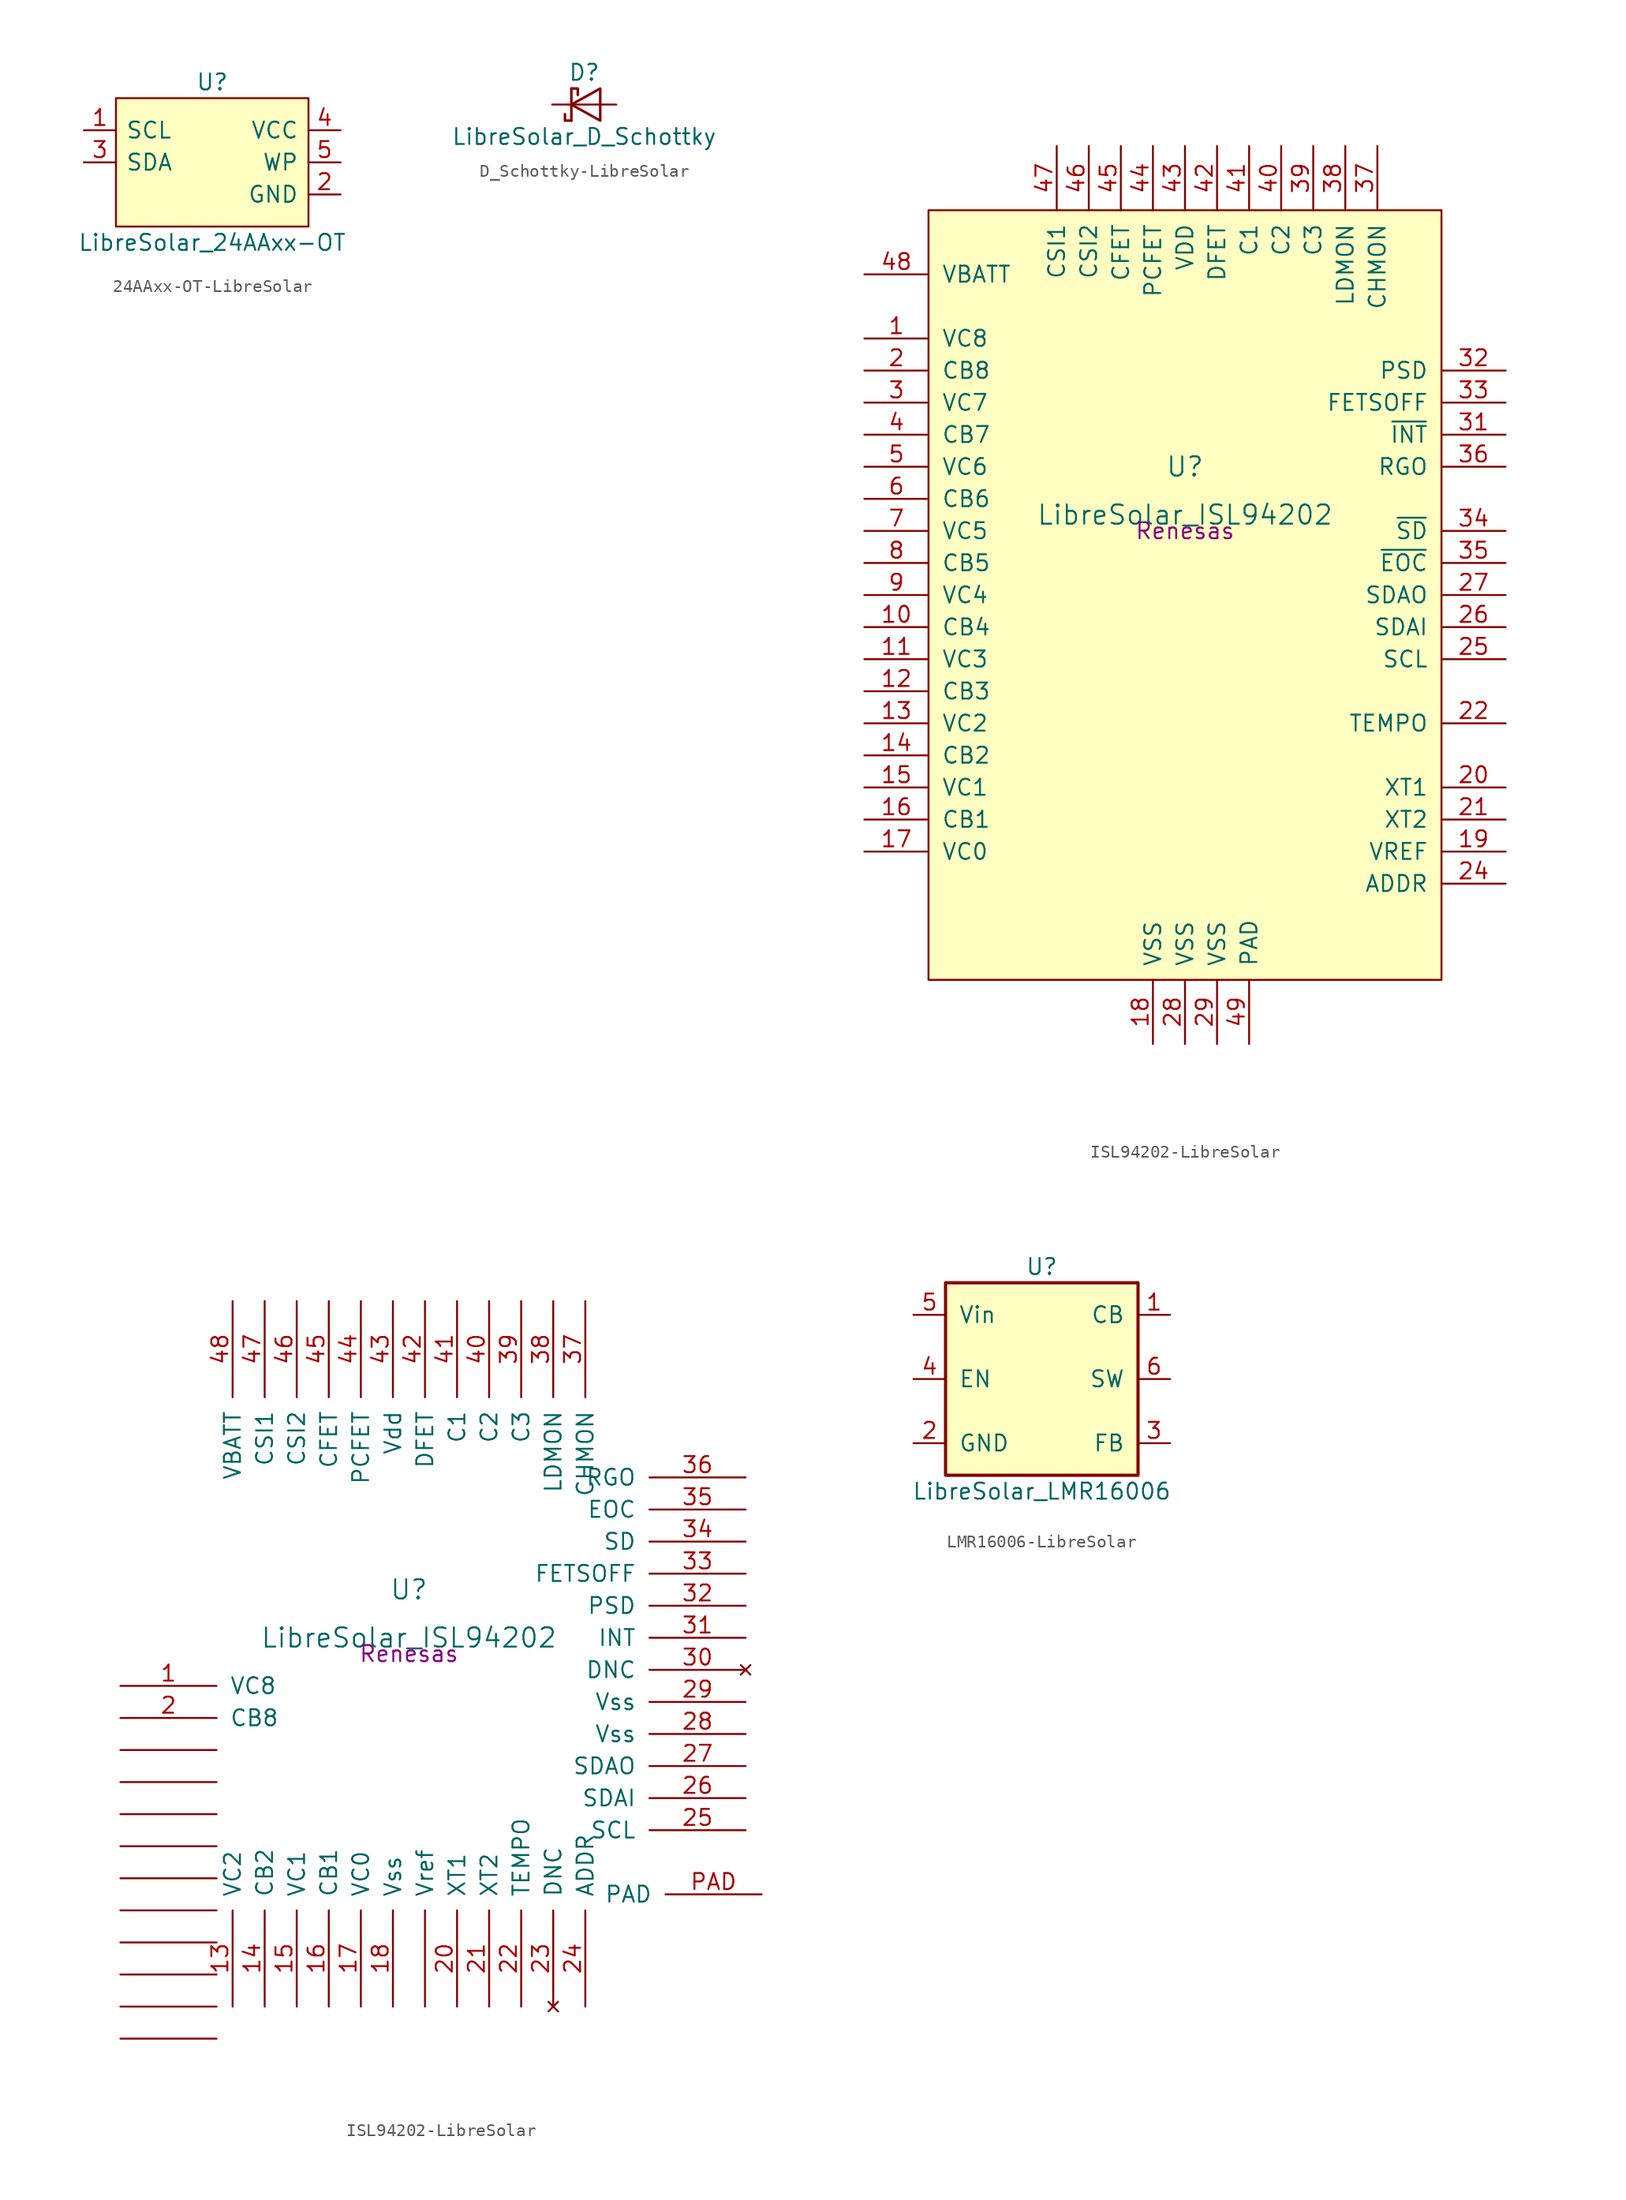
<source format=kicad_sym>
(kicad_symbol_lib
  (version 20241209)
  (generator "kicad_symbol_editor")
  (generator_version "9.0")
  (symbol "24AAxx-OT-LibreSolar"
    (pin_names
      (offset 0.762))
    (property "Reference" "U"
      (at 0 6.35 0)
      (effects (font (size 1.27 1.27))))
    (property "Value" "LibreSolar_24AAxx-OT"
      (at 0 -6.35 0)
      (effects (font (size 1.27 1.27))))
    (property "Datasheet" ""
      (at 0 6.35 0)
      (effects (font (size 1.524 1.524))))
    (symbol "24AAxx-OT-LibreSolar_1_0"
      (pin power_in line (at 10.16 2.54 180) (length 2.54) (name "VCC" (effects (font (size 1.27 1.27)))) (number "4" (effects (font (size 1.27 1.27)))))
      (pin power_in line (at 10.16 -2.54 180) (length 2.54) (name "GND" (effects (font (size 1.27 1.27)))) (number "2" (effects (font (size 1.27 1.27))))))
    (symbol "24AAxx-OT-LibreSolar_1_1"
      (rectangle (start -7.62 -5.08) (end 7.62 5.08) (stroke (width 0) (type solid)) (fill (type background)))
      (pin input line (at -10.16 2.54 0) (length 2.54) (name "SCL" (effects (font (size 1.27 1.27)))) (number "1" (effects (font (size 1.27 1.27)))))
      (pin bidirectional line (at -10.16 0 0) (length 2.54) (name "SDA" (effects (font (size 1.27 1.27)))) (number "3" (effects (font (size 1.27 1.27)))))
      (pin passive line (at 10.16 0 180) (length 2.54) (name "WP" (effects (font (size 1.27 1.27)))) (number "5" (effects (font (size 1.27 1.27)))))))
  (symbol "D_Schottky-LibreSolar"
    (pin_numbers
      (hide yes))
    (pin_names
      (offset 0.254)
      (hide yes))
    (property "Reference" "D"
      (at 0 2.54 0)
      (effects (font (size 1.27 1.27))))
    (property "Value" "LibreSolar_D_Schottky"
      (at 0 -2.54 0)
      (effects (font (size 1.27 1.27))))
    (symbol "D_Schottky-LibreSolar_0_1"
      (polyline (pts (xy -1.016 1.27) (xy -0.508 1.27) (xy -0.508 0.762)) (stroke (width 0.203) (type solid)) (fill (type none)))
      (polyline (pts (xy -1.016 -1.27) (xy -1.016 1.27)) (stroke (width 0.203) (type solid)) (fill (type none)))
      (polyline (pts (xy -1.016 -1.27) (xy -1.524 -1.27) (xy -1.524 -0.762)) (stroke (width 0.203) (type solid)) (fill (type none)))
      (polyline (pts (xy 1.27 0) (xy -1.27 0)) (stroke (width 0) (type solid)) (fill (type none)))
      (polyline (pts (xy 1.27 -1.27) (xy -1.016 0) (xy 1.27 1.27) (xy 1.27 -1.27)) (stroke (width 0.203) (type solid)) (fill (type none))))
    (symbol "D_Schottky-LibreSolar_1_1"
      (pin passive line (at -2.54 0 0) (length 1.27) (name "K" (effects (font (size 1.27 1.27)))) (number "1" (effects (font (size 1.27 1.27)))))
      (pin passive line (at 2.54 0 180) (length 1.27) (name "A" (effects (font (size 1.27 1.27)))) (number "2" (effects (font (size 1.27 1.27)))))))
  (symbol "ISL94202-LibreSolar"
    (pin_names
      (offset 1.016))
    (property "Reference" "U"
      (at 0 5.08 0)
      (effects (font (size 1.524 1.524))))
    (property "Value" "LibreSolar_ISL94202"
      (at 0 1.27 0)
      (effects (font (size 1.524 1.524))))
    (property "Datasheet" ""
      (at 0 0 0)
      (effects (font (size 1.524 1.524))))
    (property "Manufacturer" "Renesas"
      (at 0 0 0)
      (effects (font (size 1.27 1.27))))
    (symbol "ISL94202-LibreSolar_0_1"
      (rectangle (start -20.32 25.4) (end 20.32 -35.56) (stroke (width 0) (type solid)) (fill (type background))))
    (symbol "ISL94202-LibreSolar_1_1"
      (pin input line (at -25.4 20.32 0) (length 5.08) (name "VBATT" (effects (font (size 1.27 1.27)))) (number "48" (effects (font (size 1.27 1.27)))))
      (pin input line (at -25.4 15.24 0) (length 5.08) (name "VC8" (effects (font (size 1.27 1.27)))) (number "1" (effects (font (size 1.27 1.27)))))
      (pin output line (at -25.4 12.7 0) (length 5.08) (name "CB8" (effects (font (size 1.27 1.27)))) (number "2" (effects (font (size 1.27 1.27)))))
      (pin input line (at -25.4 10.16 0) (length 5.08) (name "VC7" (effects (font (size 1.27 1.27)))) (number "3" (effects (font (size 1.27 1.27)))))
      (pin output line (at -25.4 7.62 0) (length 5.08) (name "CB7" (effects (font (size 1.27 1.27)))) (number "4" (effects (font (size 1.27 1.27)))))
      (pin input line (at -25.4 5.08 0) (length 5.08) (name "VC6" (effects (font (size 1.27 1.27)))) (number "5" (effects (font (size 1.27 1.27)))))
      (pin output line (at -25.4 2.54 0) (length 5.08) (name "CB6" (effects (font (size 1.27 1.27)))) (number "6" (effects (font (size 1.27 1.27)))))
      (pin input line (at -25.4 0 0) (length 5.08) (name "VC5" (effects (font (size 1.27 1.27)))) (number "7" (effects (font (size 1.27 1.27)))))
      (pin output line (at -25.4 -2.54 0) (length 5.08) (name "CB5" (effects (font (size 1.27 1.27)))) (number "8" (effects (font (size 1.27 1.27)))))
      (pin input line (at -25.4 -5.08 0) (length 5.08) (name "VC4" (effects (font (size 1.27 1.27)))) (number "9" (effects (font (size 1.27 1.27)))))
      (pin output line (at -25.4 -7.62 0) (length 5.08) (name "CB4" (effects (font (size 1.27 1.27)))) (number "10" (effects (font (size 1.27 1.27)))))
      (pin input line (at -25.4 -10.16 0) (length 5.08) (name "VC3" (effects (font (size 1.27 1.27)))) (number "11" (effects (font (size 1.27 1.27)))))
      (pin output line (at -25.4 -12.7 0) (length 5.08) (name "CB3" (effects (font (size 1.27 1.27)))) (number "12" (effects (font (size 1.27 1.27)))))
      (pin input line (at -25.4 -15.24 0) (length 5.08) (name "VC2" (effects (font (size 1.27 1.27)))) (number "13" (effects (font (size 1.27 1.27)))))
      (pin output line (at -25.4 -17.78 0) (length 5.08) (name "CB2" (effects (font (size 1.27 1.27)))) (number "14" (effects (font (size 1.27 1.27)))))
      (pin input line (at -25.4 -20.32 0) (length 5.08) (name "VC1" (effects (font (size 1.27 1.27)))) (number "15" (effects (font (size 1.27 1.27)))))
      (pin output line (at -25.4 -22.86 0) (length 5.08) (name "CB1" (effects (font (size 1.27 1.27)))) (number "16" (effects (font (size 1.27 1.27)))))
      (pin input line (at -25.4 -25.4 0) (length 5.08) (name "VC0" (effects (font (size 1.27 1.27)))) (number "17" (effects (font (size 1.27 1.27)))))
      (pin no_connect line (at -25.4 -30.48 0) (length 5.08) (hide yes) (name "DNC" (effects (font (size 1.27 1.27)))) (number "23" (effects (font (size 1.27 1.27)))))
      (pin no_connect line (at -25.4 -33.02 0) (length 5.08) (hide yes) (name "DNC" (effects (font (size 1.27 1.27)))) (number "30" (effects (font (size 1.27 1.27)))))
      (pin input line (at -10.16 30.48 270) (length 5.08) (name "CSI1" (effects (font (size 1.27 1.27)))) (number "47" (effects (font (size 1.27 1.27)))))
      (pin input line (at -7.62 30.48 270) (length 5.08) (name "CSI2" (effects (font (size 1.27 1.27)))) (number "46" (effects (font (size 1.27 1.27)))))
      (pin power_out line (at -5.08 30.48 270) (length 5.08) (name "CFET" (effects (font (size 1.27 1.27)))) (number "45" (effects (font (size 1.27 1.27)))))
      (pin power_out line (at -2.54 30.48 270) (length 5.08) (name "PCFET" (effects (font (size 1.27 1.27)))) (number "44" (effects (font (size 1.27 1.27)))))
      (pin power_in line (at -2.54 -40.64 90) (length 5.08) (name "VSS" (effects (font (size 1.27 1.27)))) (number "18" (effects (font (size 1.27 1.27)))))
      (pin power_in line (at 0 30.48 270) (length 5.08) (name "VDD" (effects (font (size 1.27 1.27)))) (number "43" (effects (font (size 1.27 1.27)))))
      (pin power_in line (at 0 -40.64 90) (length 5.08) (name "VSS" (effects (font (size 1.27 1.27)))) (number "28" (effects (font (size 1.27 1.27)))))
      (pin power_out line (at 2.54 30.48 270) (length 5.08) (name "DFET" (effects (font (size 1.27 1.27)))) (number "42" (effects (font (size 1.27 1.27)))))
      (pin power_in line (at 2.54 -40.64 90) (length 5.08) (name "VSS" (effects (font (size 1.27 1.27)))) (number "29" (effects (font (size 1.27 1.27)))))
      (pin power_out line (at 5.08 30.48 270) (length 5.08) (name "C1" (effects (font (size 1.27 1.27)))) (number "41" (effects (font (size 1.27 1.27)))))
      (pin power_in line (at 5.08 -40.64 90) (length 5.08) (name "PAD" (effects (font (size 1.27 1.27)))) (number "49" (effects (font (size 1.27 1.27)))))
      (pin power_out line (at 7.62 30.48 270) (length 5.08) (name "C2" (effects (font (size 1.27 1.27)))) (number "40" (effects (font (size 1.27 1.27)))))
      (pin power_out line (at 10.16 30.48 270) (length 5.08) (name "C3" (effects (font (size 1.27 1.27)))) (number "39" (effects (font (size 1.27 1.27)))))
      (pin input line (at 12.7 30.48 270) (length 5.08) (name "LDMON" (effects (font (size 1.27 1.27)))) (number "38" (effects (font (size 1.27 1.27)))))
      (pin input line (at 15.24 30.48 270) (length 5.08) (name "CHMON" (effects (font (size 1.27 1.27)))) (number "37" (effects (font (size 1.27 1.27)))))
      (pin output line (at 25.4 12.7 180) (length 5.08) (name "PSD" (effects (font (size 1.27 1.27)))) (number "32" (effects (font (size 1.27 1.27)))))
      (pin input line (at 25.4 10.16 180) (length 5.08) (name "FETSOFF" (effects (font (size 1.27 1.27)))) (number "33" (effects (font (size 1.27 1.27)))))
      (pin output line (at 25.4 7.62 180) (length 5.08) (name "~{INT}" (effects (font (size 1.27 1.27)))) (number "31" (effects (font (size 1.27 1.27)))))
      (pin power_out line (at 25.4 5.08 180) (length 5.08) (name "RGO" (effects (font (size 1.27 1.27)))) (number "36" (effects (font (size 1.27 1.27)))))
      (pin output line (at 25.4 0 180) (length 5.08) (name "~{SD}" (effects (font (size 1.27 1.27)))) (number "34" (effects (font (size 1.27 1.27)))))
      (pin output line (at 25.4 -2.54 180) (length 5.08) (name "~{EOC}" (effects (font (size 1.27 1.27)))) (number "35" (effects (font (size 1.27 1.27)))))
      (pin output line (at 25.4 -5.08 180) (length 5.08) (name "SDAO" (effects (font (size 1.27 1.27)))) (number "27" (effects (font (size 1.27 1.27)))))
      (pin input line (at 25.4 -7.62 180) (length 5.08) (name "SDAI" (effects (font (size 1.27 1.27)))) (number "26" (effects (font (size 1.27 1.27)))))
      (pin input line (at 25.4 -10.16 180) (length 5.08) (name "SCL" (effects (font (size 1.27 1.27)))) (number "25" (effects (font (size 1.27 1.27)))))
      (pin output line (at 25.4 -15.24 180) (length 5.08) (name "TEMPO" (effects (font (size 1.27 1.27)))) (number "22" (effects (font (size 1.27 1.27)))))
      (pin input line (at 25.4 -20.32 180) (length 5.08) (name "XT1" (effects (font (size 1.27 1.27)))) (number "20" (effects (font (size 1.27 1.27)))))
      (pin input line (at 25.4 -22.86 180) (length 5.08) (name "XT2" (effects (font (size 1.27 1.27)))) (number "21" (effects (font (size 1.27 1.27)))))
      (pin power_out line (at 25.4 -25.4 180) (length 5.08) (name "VREF" (effects (font (size 1.27 1.27)))) (number "19" (effects (font (size 1.27 1.27)))))
      (pin input line (at 25.4 -27.94 180) (length 5.08) (name "ADDR" (effects (font (size 1.27 1.27)))) (number "24" (effects (font (size 1.27 1.27))))))
    (symbol "ISL94202-LibreSolar_1_2"
      (pin input line (at -22.86 -2.54 0) (length 7.62) (name "VC8" (effects (font (size 1.27 1.27)))) (number "1" (effects (font (size 1.27 1.27)))))
      (pin output line (at -22.86 -5.08 0) (length 7.62) (name "CB8" (effects (font (size 1.27 1.27)))) (number "2" (effects (font (size 1.27 1.27)))))
      (pin output line (at -22.86 -7.62 0) (length 7.62) (name "~" (effects (font (size 1.27 1.27)))) (number "~" (effects (font (size 1.27 1.27)))))
      (pin output line (at -22.86 -10.16 0) (length 7.62) (name "~" (effects (font (size 1.27 1.27)))) (number "~" (effects (font (size 1.27 1.27)))))
      (pin output line (at -22.86 -12.7 0) (length 7.62) (name "~" (effects (font (size 1.27 1.27)))) (number "~" (effects (font (size 1.27 1.27)))))
      (pin output line (at -22.86 -15.24 0) (length 7.62) (name "~" (effects (font (size 1.27 1.27)))) (number "~" (effects (font (size 1.27 1.27)))))
      (pin output line (at -22.86 -17.78 0) (length 7.62) (name "~" (effects (font (size 1.27 1.27)))) (number "~" (effects (font (size 1.27 1.27)))))
      (pin output line (at -22.86 -20.32 0) (length 7.62) (name "~" (effects (font (size 1.27 1.27)))) (number "~" (effects (font (size 1.27 1.27)))))
      (pin output line (at -22.86 -22.86 0) (length 7.62) (name "~" (effects (font (size 1.27 1.27)))) (number "~" (effects (font (size 1.27 1.27)))))
      (pin output line (at -22.86 -25.4 0) (length 7.62) (name "~" (effects (font (size 1.27 1.27)))) (number "~" (effects (font (size 1.27 1.27)))))
      (pin output line (at -22.86 -27.94 0) (length 7.62) (name "~" (effects (font (size 1.27 1.27)))) (number "~" (effects (font (size 1.27 1.27)))))
      (pin output line (at -22.86 -30.48 0) (length 7.62) (name "~" (effects (font (size 1.27 1.27)))) (number "~" (effects (font (size 1.27 1.27)))))
      (pin input line (at -13.97 27.94 270) (length 7.62) (name "VBATT" (effects (font (size 1.27 1.27)))) (number "48" (effects (font (size 1.27 1.27)))))
      (pin input line (at -13.97 -27.94 90) (length 7.62) (name "VC2" (effects (font (size 1.27 1.27)))) (number "13" (effects (font (size 1.27 1.27)))))
      (pin input line (at -11.43 27.94 270) (length 7.62) (name "CSI1" (effects (font (size 1.27 1.27)))) (number "47" (effects (font (size 1.27 1.27)))))
      (pin output line (at -11.43 -27.94 90) (length 7.62) (name "CB2" (effects (font (size 1.27 1.27)))) (number "14" (effects (font (size 1.27 1.27)))))
      (pin input line (at -8.89 27.94 270) (length 7.62) (name "CSI2" (effects (font (size 1.27 1.27)))) (number "46" (effects (font (size 1.27 1.27)))))
      (pin input line (at -8.89 -27.94 90) (length 7.62) (name "VC1" (effects (font (size 1.27 1.27)))) (number "15" (effects (font (size 1.27 1.27)))))
      (pin power_out line (at -6.35 27.94 270) (length 7.62) (name "CFET" (effects (font (size 1.27 1.27)))) (number "45" (effects (font (size 1.27 1.27)))))
      (pin output line (at -6.35 -27.94 90) (length 7.62) (name "CB1" (effects (font (size 1.27 1.27)))) (number "16" (effects (font (size 1.27 1.27)))))
      (pin power_out line (at -3.81 27.94 270) (length 7.62) (name "PCFET" (effects (font (size 1.27 1.27)))) (number "44" (effects (font (size 1.27 1.27)))))
      (pin input line (at -3.81 -27.94 90) (length 7.62) (name "VC0" (effects (font (size 1.27 1.27)))) (number "17" (effects (font (size 1.27 1.27)))))
      (pin power_in line (at -1.27 27.94 270) (length 7.62) (name "Vdd" (effects (font (size 1.27 1.27)))) (number "43" (effects (font (size 1.27 1.27)))))
      (pin power_in line (at -1.27 -27.94 90) (length 7.62) (name "Vss" (effects (font (size 1.27 1.27)))) (number "18" (effects (font (size 1.27 1.27)))))
      (pin power_out line (at 1.27 27.94 270) (length 7.62) (name "DFET" (effects (font (size 1.27 1.27)))) (number "42" (effects (font (size 1.27 1.27)))))
      (pin power_out line (at 1.27 -27.94 90) (length 7.62) (name "Vref" (effects (font (size 1.27 1.27)))) (number "~" (effects (font (size 1.27 1.27)))))
      (pin power_out line (at 3.81 27.94 270) (length 7.62) (name "C1" (effects (font (size 1.27 1.27)))) (number "41" (effects (font (size 1.27 1.27)))))
      (pin input line (at 3.81 -27.94 90) (length 7.62) (name "XT1" (effects (font (size 1.27 1.27)))) (number "20" (effects (font (size 1.27 1.27)))))
      (pin power_out line (at 6.35 27.94 270) (length 7.62) (name "C2" (effects (font (size 1.27 1.27)))) (number "40" (effects (font (size 1.27 1.27)))))
      (pin input line (at 6.35 -27.94 90) (length 7.62) (name "XT2" (effects (font (size 1.27 1.27)))) (number "21" (effects (font (size 1.27 1.27)))))
      (pin power_out line (at 8.89 27.94 270) (length 7.62) (name "C3" (effects (font (size 1.27 1.27)))) (number "39" (effects (font (size 1.27 1.27)))))
      (pin output line (at 8.89 -27.94 90) (length 7.62) (name "TEMPO" (effects (font (size 1.27 1.27)))) (number "22" (effects (font (size 1.27 1.27)))))
      (pin input line (at 11.43 27.94 270) (length 7.62) (name "LDMON" (effects (font (size 1.27 1.27)))) (number "38" (effects (font (size 1.27 1.27)))))
      (pin no_connect line (at 11.43 -27.94 90) (length 7.62) (name "DNC" (effects (font (size 1.27 1.27)))) (number "23" (effects (font (size 1.27 1.27)))))
      (pin input line (at 13.97 27.94 270) (length 7.62) (name "CHMON" (effects (font (size 1.27 1.27)))) (number "37" (effects (font (size 1.27 1.27)))))
      (pin input line (at 13.97 -27.94 90) (length 7.62) (name "ADDR" (effects (font (size 1.27 1.27)))) (number "24" (effects (font (size 1.27 1.27)))))
      (pin power_out line (at 26.67 13.97 180) (length 7.62) (name "RGO" (effects (font (size 1.27 1.27)))) (number "36" (effects (font (size 1.27 1.27)))))
      (pin output line (at 26.67 11.43 180) (length 7.62) (name "EOC" (effects (font (size 1.27 1.27)))) (number "35" (effects (font (size 1.27 1.27)))))
      (pin output line (at 26.67 8.89 180) (length 7.62) (name "SD" (effects (font (size 1.27 1.27)))) (number "34" (effects (font (size 1.27 1.27)))))
      (pin input line (at 26.67 6.35 180) (length 7.62) (name "FETSOFF" (effects (font (size 1.27 1.27)))) (number "33" (effects (font (size 1.27 1.27)))))
      (pin output line (at 26.67 3.81 180) (length 7.62) (name "PSD" (effects (font (size 1.27 1.27)))) (number "32" (effects (font (size 1.27 1.27)))))
      (pin output line (at 26.67 1.27 180) (length 7.62) (name "INT" (effects (font (size 1.27 1.27)))) (number "31" (effects (font (size 1.27 1.27)))))
      (pin no_connect line (at 26.67 -1.27 180) (length 7.62) (name "DNC" (effects (font (size 1.27 1.27)))) (number "30" (effects (font (size 1.27 1.27)))))
      (pin power_in line (at 26.67 -3.81 180) (length 7.62) (name "Vss" (effects (font (size 1.27 1.27)))) (number "29" (effects (font (size 1.27 1.27)))))
      (pin power_in line (at 26.67 -6.35 180) (length 7.62) (name "Vss" (effects (font (size 1.27 1.27)))) (number "28" (effects (font (size 1.27 1.27)))))
      (pin output line (at 26.67 -8.89 180) (length 7.62) (name "SDAO" (effects (font (size 1.27 1.27)))) (number "27" (effects (font (size 1.27 1.27)))))
      (pin input line (at 26.67 -11.43 180) (length 7.62) (name "SDAI" (effects (font (size 1.27 1.27)))) (number "26" (effects (font (size 1.27 1.27)))))
      (pin input line (at 26.67 -13.97 180) (length 7.62) (name "SCL" (effects (font (size 1.27 1.27)))) (number "25" (effects (font (size 1.27 1.27)))))
      (pin power_in line (at 27.94 -19.05 180) (length 7.62) (name "PAD" (effects (font (size 1.27 1.27)))) (number "PAD" (effects (font (size 1.27 1.27)))))))
  (symbol "LMR16006-LibreSolar"
    (pin_names
      (offset 1.016))
    (property "Reference" "U"
      (at 0 8.89 0)
      (effects (font (size 1.27 1.27))))
    (property "Value" "LibreSolar_LMR16006"
      (at 0 -8.89 0)
      (effects (font (size 1.27 1.27))))
    (property "Datasheet" ""
      (at -10.16 10.16 0)
      (effects (font (size 1.27 1.27))))
    (symbol "LMR16006-LibreSolar_0_1"
      (rectangle (start -7.62 7.62) (end 7.62 -7.62) (stroke (width 0.254) (type solid)) (fill (type background))))
    (symbol "LMR16006-LibreSolar_1_1"
      (pin power_in line (at -10.16 5.08 0) (length 2.54) (name "Vin" (effects (font (size 1.27 1.27)))) (number "5" (effects (font (size 1.27 1.27)))))
      (pin input line (at -10.16 0 0) (length 2.54) (name "EN" (effects (font (size 1.27 1.27)))) (number "4" (effects (font (size 1.27 1.27)))))
      (pin power_in line (at -10.16 -5.08 0) (length 2.54) (name "GND" (effects (font (size 1.27 1.27)))) (number "2" (effects (font (size 1.27 1.27)))))
      (pin output line (at 10.16 5.08 180) (length 2.54) (name "CB" (effects (font (size 1.27 1.27)))) (number "1" (effects (font (size 1.27 1.27)))))
      (pin bidirectional line (at 10.16 0 180) (length 2.54) (name "SW" (effects (font (size 1.27 1.27)))) (number "6" (effects (font (size 1.27 1.27)))))
      (pin input line (at 10.16 -5.08 180) (length 2.54) (name "FB" (effects (font (size 1.27 1.27)))) (number "3" (effects (font (size 1.27 1.27))))))))
</source>
